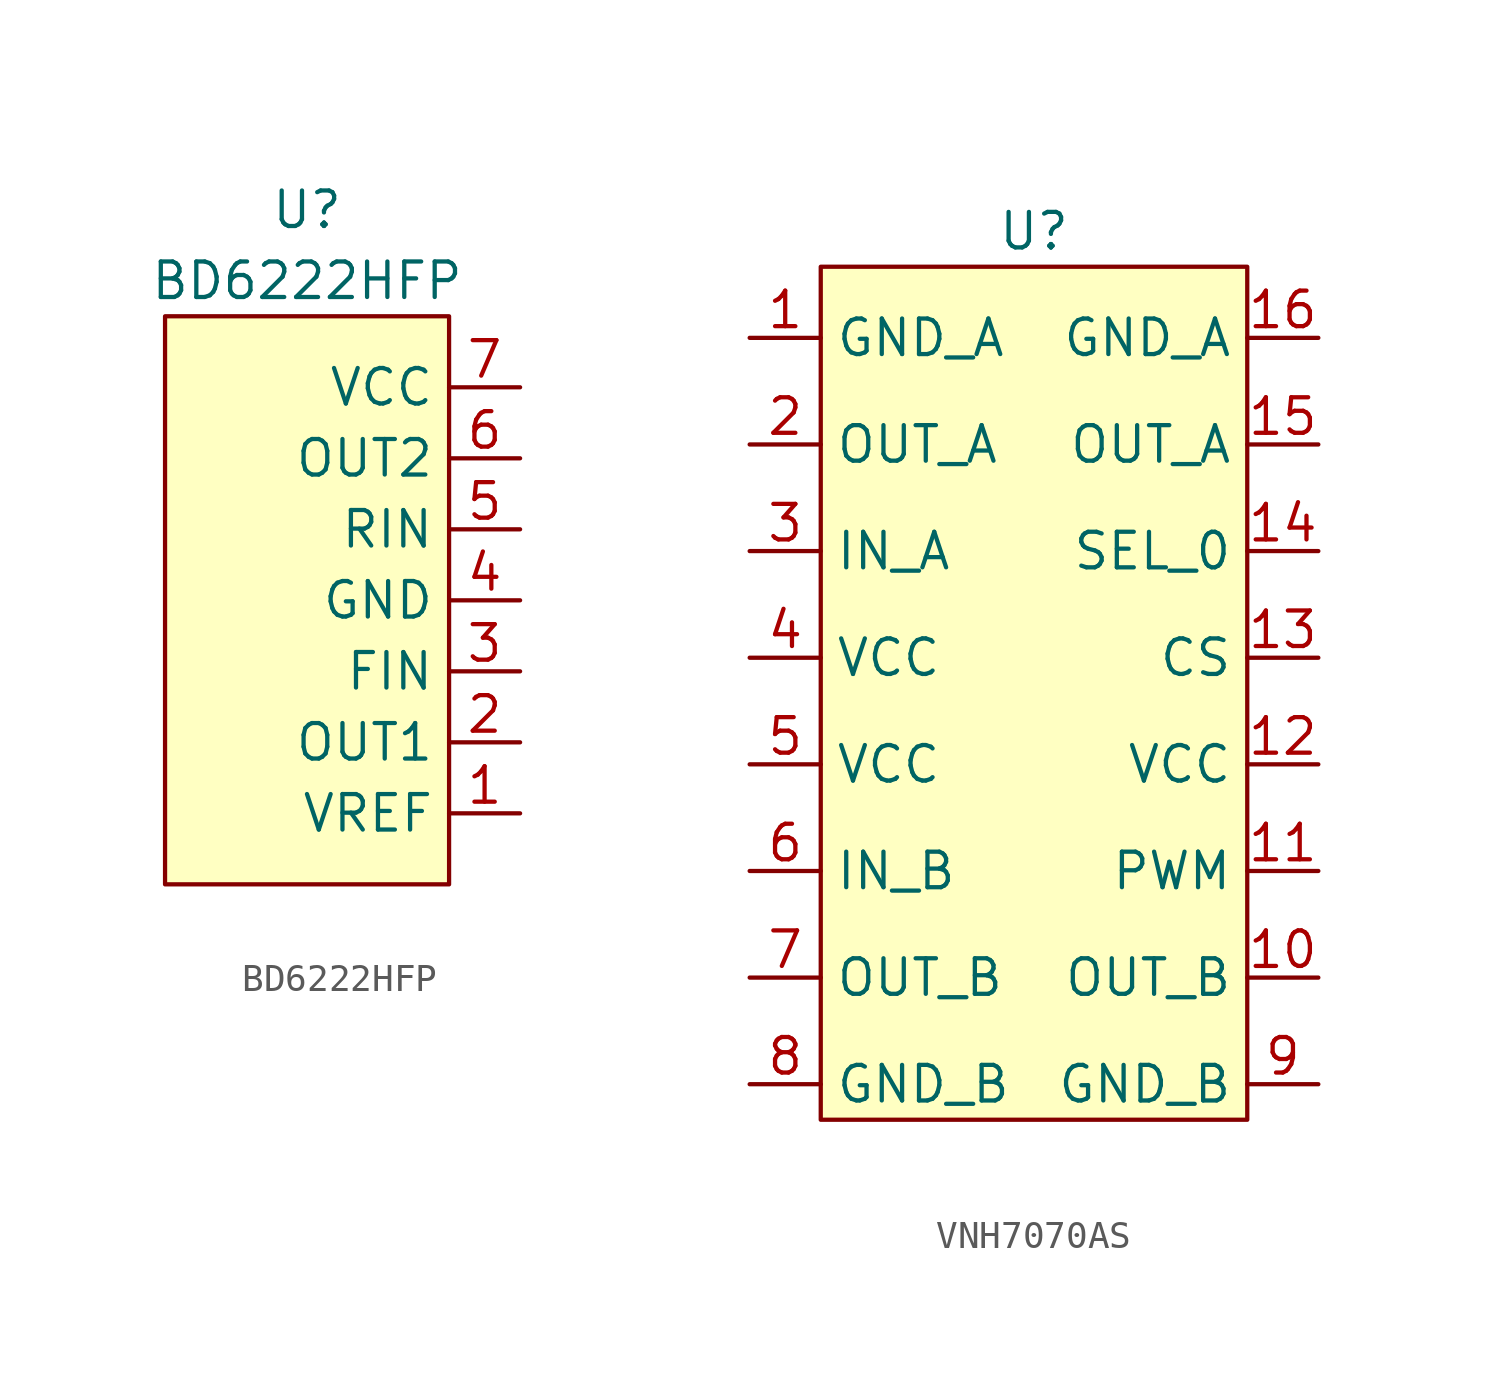
<source format=kicad_sym>
(kicad_symbol_lib
  (version 20220914)
  (generator kicad_symbol_editor)
  (symbol "BD6222HFP"
    (property "Reference" "U"
      (at 0 13.97 0)
      (effects (font (size 1.27 1.27))))
    (property "Value" "BD6222HFP"
      (at 0 11.43 0)
      (effects (font (size 1.27 1.27))))
    (symbol "BD6222HFP_1_1"
      (rectangle (start -5.08 10.16) (end 5.08 -10.16) (stroke (width 0) (type default)) (fill (type background)))
      (pin input line (at 7.62 -7.62 180) (length 2.54) (name "VREF" (effects (font (size 1.27 1.27)))) (number "1" (effects (font (size 1.27 1.27)))))
      (pin power_out line (at 7.62 -5.08 180) (length 2.54) (name "OUT1" (effects (font (size 1.27 1.27)))) (number "2" (effects (font (size 1.27 1.27)))))
      (pin input line (at 7.62 -2.54 180) (length 2.54) (name "FIN" (effects (font (size 1.27 1.27)))) (number "3" (effects (font (size 1.27 1.27)))))
      (pin passive line (at 7.62 0 180) (length 2.54) (name "GND" (effects (font (size 1.27 1.27)))) (number "4" (effects (font (size 1.27 1.27)))))
      (pin input line (at 7.62 2.54 180) (length 2.54) (name "RIN" (effects (font (size 1.27 1.27)))) (number "5" (effects (font (size 1.27 1.27)))))
      (pin power_out line (at 7.62 5.08 180) (length 2.54) (name "OUT2" (effects (font (size 1.27 1.27)))) (number "6" (effects (font (size 1.27 1.27)))))
      (pin power_in line (at 7.62 7.62 180) (length 2.54) (name "VCC" (effects (font (size 1.27 1.27)))) (number "7" (effects (font (size 1.27 1.27)))))))
  (symbol "VNH7070AS"
    (property "Reference" "U"
      (at 0 16.51 0)
      (effects (font (size 1.27 1.27))))
    (property "Value" ""
      (at 2.54 5.08 0)
      (effects (font (size 1.27 1.27))))
    (symbol "VNH7070AS_1_1"
      (rectangle (start -7.62 15.24) (end 7.62 -15.24) (stroke (width 0) (type default)) (fill (type background)))
      (pin passive line (at -10.16 12.7 0) (length 2.54) (name "GND_A" (effects (font (size 1.27 1.27)))) (number "1" (effects (font (size 1.27 1.27)))))
      (pin power_out line (at 10.16 -10.16 180) (length 2.54) (name "OUT_B" (effects (font (size 1.27 1.27)))) (number "10" (effects (font (size 1.27 1.27)))))
      (pin input line (at 10.16 -6.35 180) (length 2.54) (name "PWM" (effects (font (size 1.27 1.27)))) (number "11" (effects (font (size 1.27 1.27)))))
      (pin power_in line (at 10.16 -2.54 180) (length 2.54) (name "VCC" (effects (font (size 1.27 1.27)))) (number "12" (effects (font (size 1.27 1.27)))))
      (pin output line (at 10.16 1.27 180) (length 2.54) (name "CS" (effects (font (size 1.27 1.27)))) (number "13" (effects (font (size 1.27 1.27)))))
      (pin input line (at 10.16 5.08 180) (length 2.54) (name "SEL_0" (effects (font (size 1.27 1.27)))) (number "14" (effects (font (size 1.27 1.27)))))
      (pin power_out line (at 10.16 8.89 180) (length 2.54) (name "OUT_A" (effects (font (size 1.27 1.27)))) (number "15" (effects (font (size 1.27 1.27)))))
      (pin passive line (at 10.16 12.7 180) (length 2.54) (name "GND_A" (effects (font (size 1.27 1.27)))) (number "16" (effects (font (size 1.27 1.27)))))
      (pin power_out line (at -10.16 8.89 0) (length 2.54) (name "OUT_A" (effects (font (size 1.27 1.27)))) (number "2" (effects (font (size 1.27 1.27)))))
      (pin input line (at -10.16 5.08 0) (length 2.54) (name "IN_A" (effects (font (size 1.27 1.27)))) (number "3" (effects (font (size 1.27 1.27)))))
      (pin power_in line (at -10.16 1.27 0) (length 2.54) (name "VCC" (effects (font (size 1.27 1.27)))) (number "4" (effects (font (size 1.27 1.27)))))
      (pin power_in line (at -10.16 -2.54 0) (length 2.54) (name "VCC" (effects (font (size 1.27 1.27)))) (number "5" (effects (font (size 1.27 1.27)))))
      (pin input line (at -10.16 -6.35 0) (length 2.54) (name "IN_B" (effects (font (size 1.27 1.27)))) (number "6" (effects (font (size 1.27 1.27)))))
      (pin power_out line (at -10.16 -10.16 0) (length 2.54) (name "OUT_B" (effects (font (size 1.27 1.27)))) (number "7" (effects (font (size 1.27 1.27)))))
      (pin passive line (at -10.16 -13.97 0) (length 2.54) (name "GND_B" (effects (font (size 1.27 1.27)))) (number "8" (effects (font (size 1.27 1.27)))))
      (pin passive line (at 10.16 -13.97 180) (length 2.54) (name "GND_B" (effects (font (size 1.27 1.27)))) (number "9" (effects (font (size 1.27 1.27))))))))
</source>
